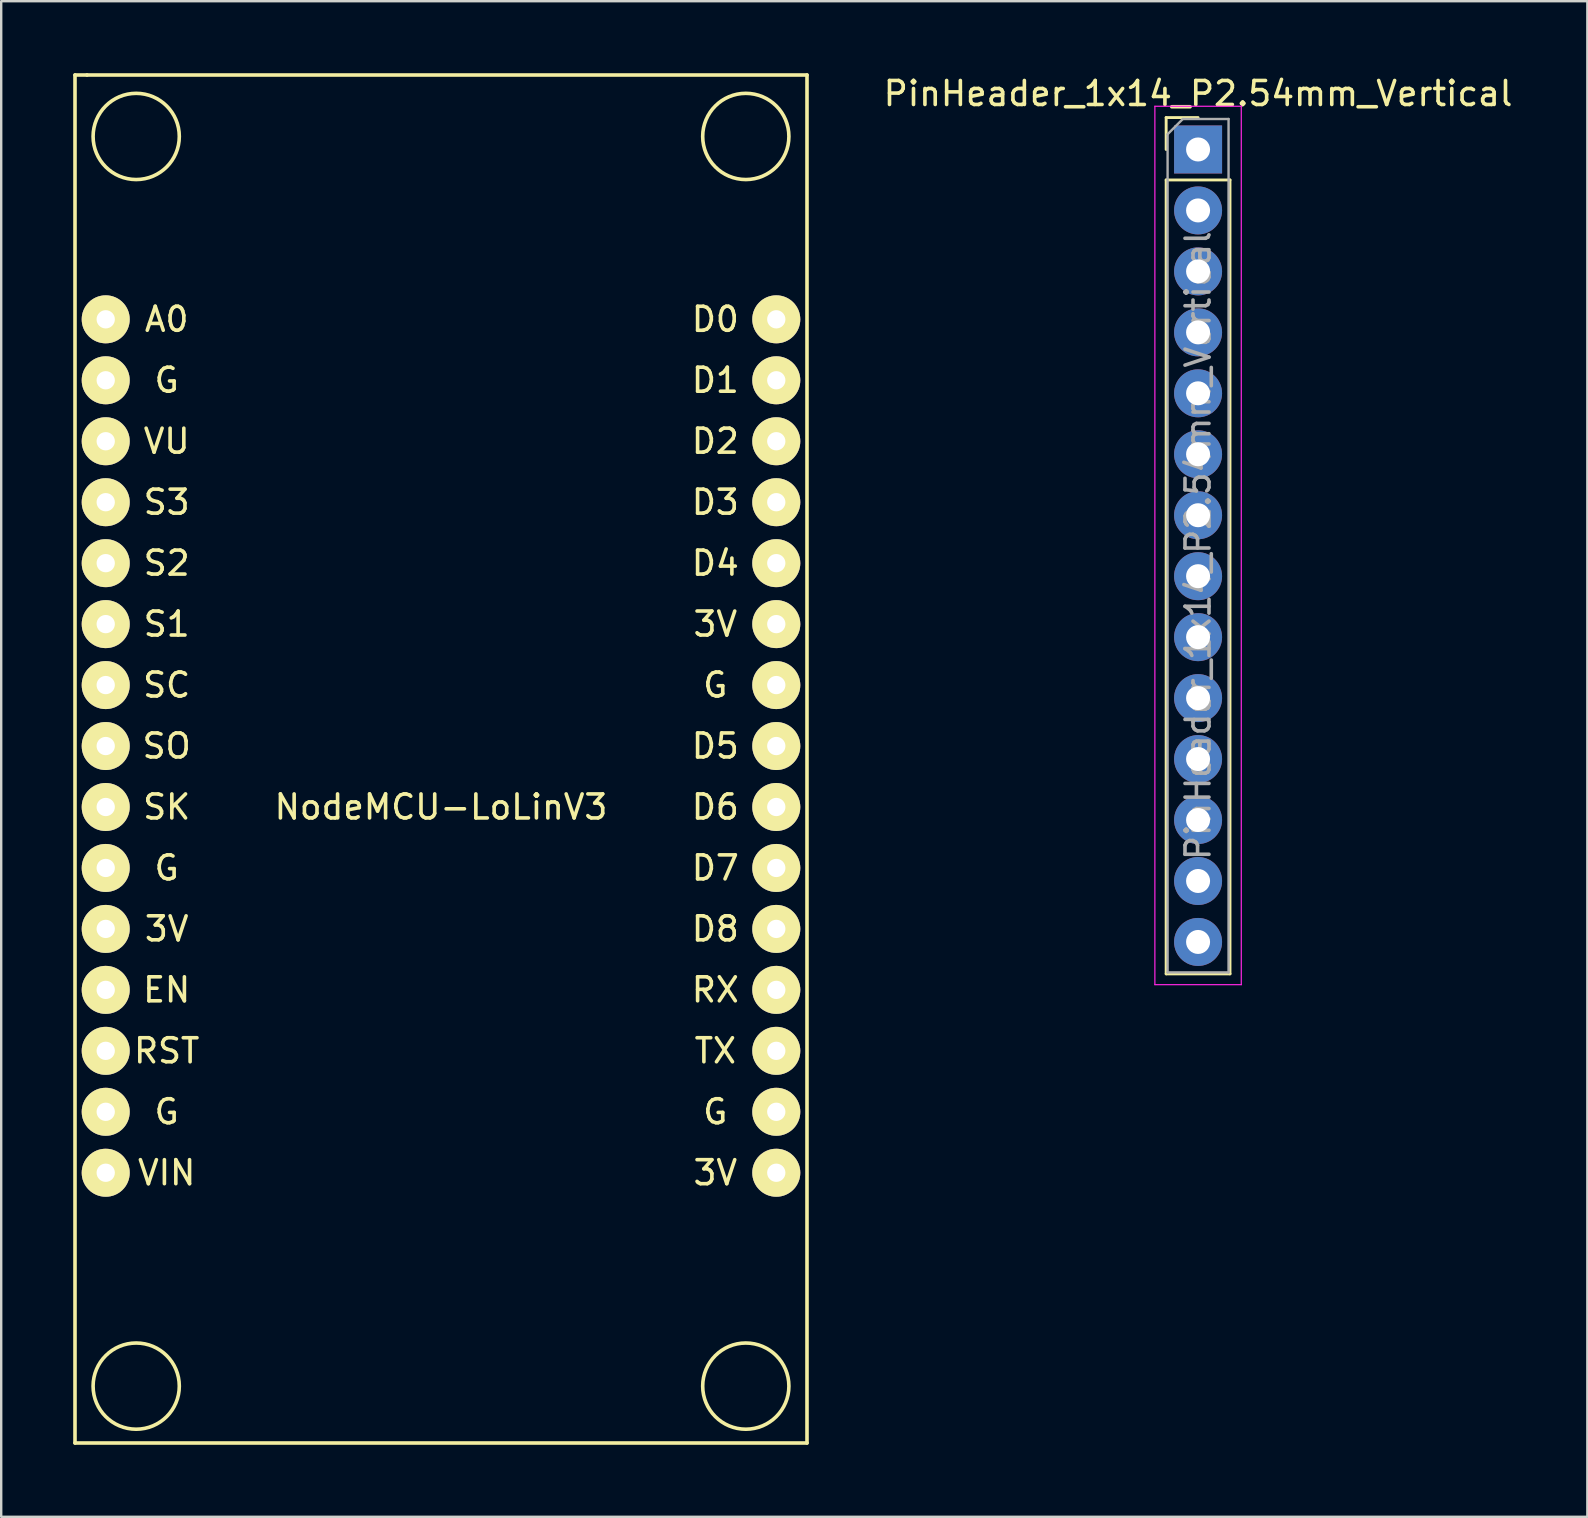
<source format=kicad_pcb>
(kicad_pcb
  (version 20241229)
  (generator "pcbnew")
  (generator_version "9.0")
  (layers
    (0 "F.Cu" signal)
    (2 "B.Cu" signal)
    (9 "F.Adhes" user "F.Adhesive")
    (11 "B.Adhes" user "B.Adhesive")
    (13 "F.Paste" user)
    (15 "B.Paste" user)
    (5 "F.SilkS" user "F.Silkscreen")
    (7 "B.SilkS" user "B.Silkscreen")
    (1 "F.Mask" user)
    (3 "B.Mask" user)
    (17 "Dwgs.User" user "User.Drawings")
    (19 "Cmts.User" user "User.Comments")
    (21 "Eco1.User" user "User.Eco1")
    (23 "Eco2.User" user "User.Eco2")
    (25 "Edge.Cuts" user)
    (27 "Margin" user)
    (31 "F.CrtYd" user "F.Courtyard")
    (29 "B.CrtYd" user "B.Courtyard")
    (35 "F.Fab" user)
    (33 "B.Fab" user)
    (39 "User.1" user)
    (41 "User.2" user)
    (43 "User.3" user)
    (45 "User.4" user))
  (footprint "PinHeader_1x14_P2.54mm_Vertical"
    (layer "F.Cu")
    (at 46.87 3.178)
    (property "Reference" "PinHeader_1x14_P2.54mm_Vertical" (at 0 -2.33 0) (layer "F.SilkS") (effects (font (size 1 1) (thickness 0.15))))
    (attr through_hole)
    (fp_line (start -1.33 -1.33) (end 0 -1.33) (stroke (width 0.12) (type solid)) (layer "F.SilkS"))
    (fp_line (start -1.33 0) (end -1.33 -1.33) (stroke (width 0.12) (type solid)) (layer "F.SilkS"))
    (fp_line (start -1.33 1.27) (end -1.33 34.35) (stroke (width 0.12) (type solid)) (layer "F.SilkS"))
    (fp_line (start -1.33 1.27) (end 1.33 1.27) (stroke (width 0.12) (type solid)) (layer "F.SilkS"))
    (fp_line (start -1.33 34.35) (end 1.33 34.35) (stroke (width 0.12) (type solid)) (layer "F.SilkS"))
    (fp_line (start 1.33 1.27) (end 1.33 34.35) (stroke (width 0.12) (type solid)) (layer "F.SilkS"))
    (fp_line (start -1.8 -1.8) (end -1.8 34.8) (stroke (width 0.05) (type solid)) (layer "F.CrtYd"))
    (fp_line (start -1.8 34.8) (end 1.8 34.8) (stroke (width 0.05) (type solid)) (layer "F.CrtYd"))
    (fp_line (start 1.8 -1.8) (end -1.8 -1.8) (stroke (width 0.05) (type solid)) (layer "F.CrtYd"))
    (fp_line (start 1.8 34.8) (end 1.8 -1.8) (stroke (width 0.05) (type solid)) (layer "F.CrtYd"))
    (fp_line (start -1.27 -0.635) (end -0.635 -1.27) (stroke (width 0.1) (type solid)) (layer "F.Fab"))
    (fp_line (start -1.27 34.29) (end -1.27 -0.635) (stroke (width 0.1) (type solid)) (layer "F.Fab"))
    (fp_line (start -0.635 -1.27) (end 1.27 -1.27) (stroke (width 0.1) (type solid)) (layer "F.Fab"))
    (fp_line (start 1.27 -1.27) (end 1.27 34.29) (stroke (width 0.1) (type solid)) (layer "F.Fab"))
    (fp_line (start 1.27 34.29) (end -1.27 34.29) (stroke (width 0.1) (type solid)) (layer "F.Fab"))
    (fp_text user "${REFERENCE}" (at 0 16.51 90) (layer "F.Fab") (effects (font (size 1 1) (thickness 0.15))))
    (pad "1" thru_hole rect (at 0 0) (size 2 2) (drill 1) (layers "*.Cu" "*.Mask"))
    (pad "2" thru_hole circle (at 0 2.54) (size 2 2) (drill 1) (layers "*.Cu" "*.Mask"))
    (pad "3" thru_hole circle (at 0 5.08) (size 2 2) (drill 1) (layers "*.Cu" "*.Mask"))
    (pad "4" thru_hole circle (at 0 7.62) (size 2 2) (drill 1) (layers "*.Cu" "*.Mask"))
    (pad "5" thru_hole circle (at 0 10.16) (size 2 2) (drill 1) (layers "*.Cu" "*.Mask"))
    (pad "6" thru_hole circle (at 0 12.7) (size 2 2) (drill 1) (layers "*.Cu" "*.Mask"))
    (pad "7" thru_hole circle (at 0 15.24) (size 2 2) (drill 1) (layers "*.Cu" "*.Mask"))
    (pad "8" thru_hole circle (at 0 17.78) (size 2 2) (drill 1) (layers "*.Cu" "*.Mask"))
    (pad "9" thru_hole circle (at 0 20.32) (size 2 2) (drill 1) (layers "*.Cu" "*.Mask"))
    (pad "10" thru_hole circle (at 0 22.86) (size 2 2) (drill 1) (layers "*.Cu" "*.Mask"))
    (pad "11" thru_hole circle (at 0 25.4) (size 2 2) (drill 1) (layers "*.Cu" "*.Mask"))
    (pad "12" thru_hole circle (at 0 27.94) (size 2 2) (drill 1) (layers "*.Cu" "*.Mask"))
    (pad "13" thru_hole circle (at 0 30.48) (size 2 2) (drill 1) (layers "*.Cu" "*.Mask"))
    (pad "14" thru_hole circle (at 0 33.02) (size 2 2) (drill 1) (layers "*.Cu" "*.Mask")))
  (footprint "NodeMCU-LoLinV3"
    (layer "F.Cu")
    (at 15.325 30.575)
    (property "Reference" "NodeMCU-LoLinV3" (at 0 0 0) (layer "F.SilkS") (effects (font (size 1 1) (thickness 0.15))))
    (attr through_hole)
    (fp_line (start -15.25 -30.5) (end -15.25 26.5) (stroke (width 0.15) (type solid)) (layer "F.SilkS"))
    (fp_line (start -15.25 26.5) (end 15.25 26.5) (stroke (width 0.15) (type solid)) (layer "F.SilkS"))
    (fp_line (start -14.75 -30.5) (end -15.25 -30.5) (stroke (width 0.15) (type solid)) (layer "F.SilkS"))
    (fp_line (start 15.25 -30.5) (end -14.75 -30.5) (stroke (width 0.15) (type solid)) (layer "F.SilkS"))
    (fp_line (start 15.25 26.5) (end 15.25 -30.5) (stroke (width 0.15) (type solid)) (layer "F.SilkS"))
    (fp_circle (center -12.7 -27.94) (end -11.43 -29.21) (stroke (width 0.15) (type solid)) (fill no) (layer "F.SilkS"))
    (fp_circle (center -12.7 24.13) (end -11.43 22.86) (stroke (width 0.15) (type solid)) (fill no) (layer "F.SilkS"))
    (fp_circle (center 12.7 -27.94) (end 13.97 -29.21) (stroke (width 0.15) (type solid)) (fill no) (layer "F.SilkS"))
    (fp_circle (center 12.7 24.13) (end 13.97 22.86) (stroke (width 0.15) (type solid)) (fill no) (layer "F.SilkS"))
    (fp_text user "G" (at -11.43 -17.78 0) (layer "F.SilkS") (effects (font (size 1 1) (thickness 0.15))))
    (fp_text user "S2" (at -11.43 -10.16 0) (layer "F.SilkS") (effects (font (size 1 1) (thickness 0.15))))
    (fp_text user "RX" (at 11.43 7.62 0) (layer "F.SilkS") (effects (font (size 1 1) (thickness 0.15))))
    (fp_text user "EN" (at -11.43 7.62 0) (layer "F.SilkS") (effects (font (size 1 1) (thickness 0.15))))
    (fp_text user "D6" (at 11.43 0 0) (layer "F.SilkS") (effects (font (size 1 1) (thickness 0.15))))
    (fp_text user "S1" (at -11.43 -7.62 0) (layer "F.SilkS") (effects (font (size 1 1) (thickness 0.15))))
    (fp_text user "SC" (at -11.43 -5.08 0) (layer "F.SilkS") (effects (font (size 1 1) (thickness 0.15))))
    (fp_text user "TX" (at 11.43 10.16 0) (layer "F.SilkS") (effects (font (size 1 1) (thickness 0.15))))
    (fp_text user "G" (at -11.43 12.7 0) (layer "F.SilkS") (effects (font (size 1 1) (thickness 0.15))))
    (fp_text user "D2" (at 11.43 -15.24 0) (layer "F.SilkS") (effects (font (size 1 1) (thickness 0.15))))
    (fp_text user "D5" (at 11.43 -2.54 0) (layer "F.SilkS") (effects (font (size 1 1) (thickness 0.15))))
    (fp_text user "3V" (at 11.43 -7.62 0) (layer "F.SilkS") (effects (font (size 1 1) (thickness 0.15))))
    (fp_text user "D3" (at 11.43 -12.7 0) (layer "F.SilkS") (effects (font (size 1 1) (thickness 0.15))))
    (fp_text user "G" (at 11.43 -5.08 0) (layer "F.SilkS") (effects (font (size 1 1) (thickness 0.15))))
    (fp_text user "VU" (at -11.43 -15.24 0) (layer "F.SilkS") (effects (font (size 1 1) (thickness 0.15))))
    (fp_text user "D7" (at 11.43 2.54 0) (layer "F.SilkS") (effects (font (size 1 1) (thickness 0.15))))
    (fp_text user "D8" (at 11.43 5.08 0) (layer "F.SilkS") (effects (font (size 1 1) (thickness 0.15))))
    (fp_text user "D0" (at 11.43 -20.32 0) (layer "F.SilkS") (effects (font (size 1 1) (thickness 0.15))))
    (fp_text user "G" (at 11.43 12.7 0) (layer "F.SilkS") (effects (font (size 1 1) (thickness 0.15))))
    (fp_text user "VIN" (at -11.43 15.24 0) (layer "F.SilkS") (effects (font (size 1 1) (thickness 0.15))))
    (fp_text user "G" (at -11.43 2.54 0) (layer "F.SilkS") (effects (font (size 1 1) (thickness 0.15))))
    (fp_text user "3V" (at -11.43 5.08 0) (layer "F.SilkS") (effects (font (size 1 1) (thickness 0.15))))
    (fp_text user "SK" (at -11.43 0 0) (layer "F.SilkS") (effects (font (size 1 1) (thickness 0.15))))
    (fp_text user "SO" (at -11.43 -2.54 0) (layer "F.SilkS") (effects (font (size 1 1) (thickness 0.15))))
    (fp_text user "RST" (at -11.43 10.16 0) (layer "F.SilkS") (effects (font (size 1 1) (thickness 0.15))))
    (fp_text user "S3" (at -11.43 -12.7 0) (layer "F.SilkS") (effects (font (size 1 1) (thickness 0.15))))
    (fp_text user "3V" (at 11.43 15.24 0) (layer "F.SilkS") (effects (font (size 1 1) (thickness 0.15))))
    (fp_text user "A0" (at -11.43 -20.32 0) (layer "F.SilkS") (effects (font (size 1 1) (thickness 0.15))))
    (fp_text user "D1" (at 11.43 -17.78 0) (layer "F.SilkS") (effects (font (size 1 1) (thickness 0.15))))
    (fp_text user "D4" (at 11.43 -10.16 0) (layer "F.SilkS") (effects (font (size 1 1) (thickness 0.15))))
    (pad "1" thru_hole circle (at -13.97 -20.32) (size 2 2) (drill 0.762) (layers "*.Cu" "*.Mask" "F.SilkS"))
    (pad "2" thru_hole circle (at -13.97 -17.78) (size 2 2) (drill 0.762) (layers "*.Cu" "*.Mask" "F.SilkS"))
    (pad "3" thru_hole circle (at -13.97 -15.24) (size 2 2) (drill 0.762) (layers "*.Cu" "*.Mask" "F.SilkS"))
    (pad "4" thru_hole circle (at -13.97 -12.7) (size 2 2) (drill 0.762) (layers "*.Cu" "*.Mask" "F.SilkS"))
    (pad "5" thru_hole circle (at -13.97 -10.16) (size 2 2) (drill 0.762) (layers "*.Cu" "*.Mask" "F.SilkS"))
    (pad "6" thru_hole circle (at -13.97 -7.62) (size 2 2) (drill 0.762) (layers "*.Cu" "*.Mask" "F.SilkS"))
    (pad "7" thru_hole circle (at -13.97 -5.08) (size 2 2) (drill 0.762) (layers "*.Cu" "*.Mask" "F.SilkS"))
    (pad "8" thru_hole circle (at -13.97 -2.54) (size 2 2) (drill 0.762) (layers "*.Cu" "*.Mask" "F.SilkS"))
    (pad "9" thru_hole circle (at -13.97 0) (size 2 2) (drill 0.762) (layers "*.Cu" "*.Mask" "F.SilkS"))
    (pad "10" thru_hole circle (at -13.97 2.54) (size 2 2) (drill 0.762) (layers "*.Cu" "*.Mask" "F.SilkS"))
    (pad "11" thru_hole circle (at -13.97 5.08) (size 2 2) (drill 0.762) (layers "*.Cu" "*.Mask" "F.SilkS"))
    (pad "12" thru_hole circle (at -13.97 7.62) (size 2 2) (drill 0.762) (layers "*.Cu" "*.Mask" "F.SilkS"))
    (pad "13" thru_hole circle (at -13.97 10.16) (size 2 2) (drill 0.762) (layers "*.Cu" "*.Mask" "F.SilkS"))
    (pad "14" thru_hole circle (at -13.97 12.7) (size 2 2) (drill 0.762) (layers "*.Cu" "*.Mask" "F.SilkS"))
    (pad "15" thru_hole circle (at -13.97 15.24) (size 2 2) (drill 0.762) (layers "*.Cu" "*.Mask" "F.SilkS"))
    (pad "16" thru_hole circle (at 13.97 15.24) (size 2 2) (drill 0.762) (layers "*.Cu" "*.Mask" "F.SilkS"))
    (pad "17" thru_hole circle (at 13.97 12.7) (size 2 2) (drill 0.762) (layers "*.Cu" "*.Mask" "F.SilkS"))
    (pad "18" thru_hole circle (at 13.97 10.16) (size 2 2) (drill 0.762) (layers "*.Cu" "*.Mask" "F.SilkS"))
    (pad "19" thru_hole circle (at 13.97 7.62) (size 2 2) (drill 0.762) (layers "*.Cu" "*.Mask" "F.SilkS"))
    (pad "20" thru_hole circle (at 13.97 5.08) (size 2 2) (drill 0.762) (layers "*.Cu" "*.Mask" "F.SilkS"))
    (pad "21" thru_hole circle (at 13.97 2.54) (size 2 2) (drill 0.762) (layers "*.Cu" "*.Mask" "F.SilkS"))
    (pad "22" thru_hole circle (at 13.97 0) (size 2 2) (drill 0.762) (layers "*.Cu" "*.Mask" "F.SilkS"))
    (pad "23" thru_hole circle (at 13.97 -2.54) (size 2 2) (drill 0.762) (layers "*.Cu" "*.Mask" "F.SilkS"))
    (pad "24" thru_hole circle (at 13.97 -5.08) (size 2 2) (drill 0.762) (layers "*.Cu" "*.Mask" "F.SilkS"))
    (pad "25" thru_hole circle (at 13.97 -7.62) (size 2 2) (drill 0.762) (layers "*.Cu" "*.Mask" "F.SilkS"))
    (pad "26" thru_hole circle (at 13.97 -10.16) (size 2 2) (drill 0.762) (layers "*.Cu" "*.Mask" "F.SilkS"))
    (pad "27" thru_hole circle (at 13.97 -12.7) (size 2 2) (drill 0.762) (layers "*.Cu" "*.Mask" "F.SilkS"))
    (pad "28" thru_hole circle (at 13.97 -15.24) (size 2 2) (drill 0.762) (layers "*.Cu" "*.Mask" "F.SilkS"))
    (pad "29" thru_hole circle (at 13.97 -17.78) (size 2 2) (drill 0.762) (layers "*.Cu" "*.Mask" "F.SilkS"))
    (pad "30" thru_hole circle (at 13.97 -20.32) (size 2 2) (drill 0.762) (layers "*.Cu" "*.Mask" "F.SilkS")))
  (gr_rect
    (start -3 -3)
    (end 63.09 60.15)
    (stroke (width 0.1) (type default))
    (fill no)
    (layer "Edge.Cuts")))
</source>
